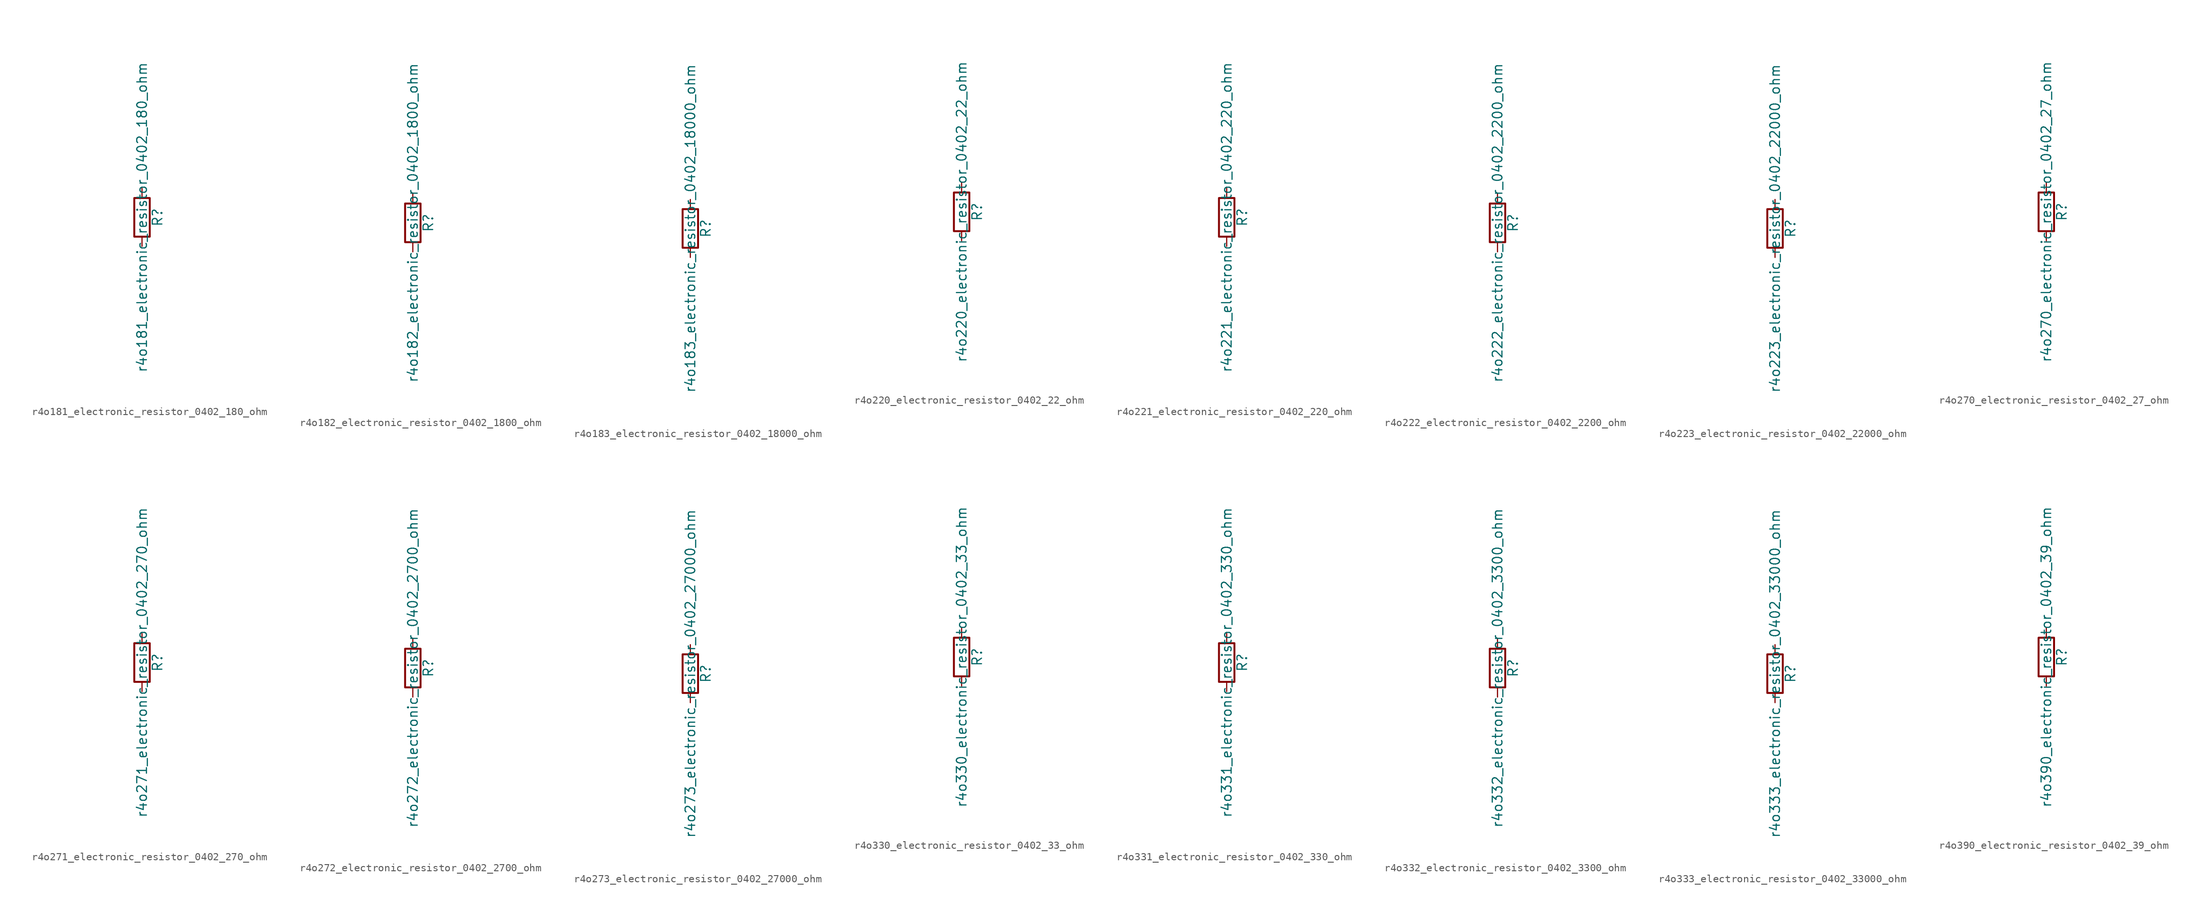
<source format=kicad_sym>
(kicad_symbol_lib
  (version 20220914)
  (generator kicad_symbol_editor)
  (symbol "r4o181_electronic_resistor_0402_180_ohm"
    (pin_numbers hide)
    (pin_names
      (offset 0))
    (property "Reference" "R"
      (at 2.032 0 90)
      (effects (font (size 1.27 1.27))))
    (property "Value" "r4o181_electronic_resistor_0402_180_ohm"
      (at 0 0 90)
      (effects (font (size 1.27 1.27))))
    (symbol "r4o181_electronic_resistor_0402_180_ohm_0_1"
      (rectangle (start -1.016 -2.54) (end 1.016 2.54) (stroke (width 0.254) (type default)) (fill (type none))))
    (symbol "r4o181_electronic_resistor_0402_180_ohm_1_1"
      (pin passive line (at 0 3.81 270) (length 1.27) (name "~" (effects (font (size 1.27 1.27)))) (number "1" (effects (font (size 1.27 1.27)))))
      (pin passive line (at 0 -3.81 90) (length 1.27) (name "~" (effects (font (size 1.27 1.27)))) (number "2" (effects (font (size 1.27 1.27)))))))
  (symbol "r4o182_electronic_resistor_0402_1800_ohm"
    (pin_numbers hide)
    (pin_names
      (offset 0))
    (property "Reference" "R"
      (at 2.032 0 90)
      (effects (font (size 1.27 1.27))))
    (property "Value" "r4o182_electronic_resistor_0402_1800_ohm"
      (at 0 0 90)
      (effects (font (size 1.27 1.27))))
    (symbol "r4o182_electronic_resistor_0402_1800_ohm_0_1"
      (rectangle (start -1.016 -2.54) (end 1.016 2.54) (stroke (width 0.254) (type default)) (fill (type none))))
    (symbol "r4o182_electronic_resistor_0402_1800_ohm_1_1"
      (pin passive line (at 0 3.81 270) (length 1.27) (name "~" (effects (font (size 1.27 1.27)))) (number "1" (effects (font (size 1.27 1.27)))))
      (pin passive line (at 0 -3.81 90) (length 1.27) (name "~" (effects (font (size 1.27 1.27)))) (number "2" (effects (font (size 1.27 1.27)))))))
  (symbol "r4o183_electronic_resistor_0402_18000_ohm"
    (pin_numbers hide)
    (pin_names
      (offset 0))
    (property "Reference" "R"
      (at 2.032 0 90)
      (effects (font (size 1.27 1.27))))
    (property "Value" "r4o183_electronic_resistor_0402_18000_ohm"
      (at 0 0 90)
      (effects (font (size 1.27 1.27))))
    (symbol "r4o183_electronic_resistor_0402_18000_ohm_0_1"
      (rectangle (start -1.016 -2.54) (end 1.016 2.54) (stroke (width 0.254) (type default)) (fill (type none))))
    (symbol "r4o183_electronic_resistor_0402_18000_ohm_1_1"
      (pin passive line (at 0 3.81 270) (length 1.27) (name "~" (effects (font (size 1.27 1.27)))) (number "1" (effects (font (size 1.27 1.27)))))
      (pin passive line (at 0 -3.81 90) (length 1.27) (name "~" (effects (font (size 1.27 1.27)))) (number "2" (effects (font (size 1.27 1.27)))))))
  (symbol "r4o220_electronic_resistor_0402_22_ohm"
    (pin_numbers hide)
    (pin_names
      (offset 0))
    (property "Reference" "R"
      (at 2.032 0 90)
      (effects (font (size 1.27 1.27))))
    (property "Value" "r4o220_electronic_resistor_0402_22_ohm"
      (at 0 0 90)
      (effects (font (size 1.27 1.27))))
    (symbol "r4o220_electronic_resistor_0402_22_ohm_0_1"
      (rectangle (start -1.016 -2.54) (end 1.016 2.54) (stroke (width 0.254) (type default)) (fill (type none))))
    (symbol "r4o220_electronic_resistor_0402_22_ohm_1_1"
      (pin passive line (at 0 3.81 270) (length 1.27) (name "~" (effects (font (size 1.27 1.27)))) (number "1" (effects (font (size 1.27 1.27)))))
      (pin passive line (at 0 -3.81 90) (length 1.27) (name "~" (effects (font (size 1.27 1.27)))) (number "2" (effects (font (size 1.27 1.27)))))))
  (symbol "r4o221_electronic_resistor_0402_220_ohm"
    (pin_numbers hide)
    (pin_names
      (offset 0))
    (property "Reference" "R"
      (at 2.032 0 90)
      (effects (font (size 1.27 1.27))))
    (property "Value" "r4o221_electronic_resistor_0402_220_ohm"
      (at 0 0 90)
      (effects (font (size 1.27 1.27))))
    (symbol "r4o221_electronic_resistor_0402_220_ohm_0_1"
      (rectangle (start -1.016 -2.54) (end 1.016 2.54) (stroke (width 0.254) (type default)) (fill (type none))))
    (symbol "r4o221_electronic_resistor_0402_220_ohm_1_1"
      (pin passive line (at 0 3.81 270) (length 1.27) (name "~" (effects (font (size 1.27 1.27)))) (number "1" (effects (font (size 1.27 1.27)))))
      (pin passive line (at 0 -3.81 90) (length 1.27) (name "~" (effects (font (size 1.27 1.27)))) (number "2" (effects (font (size 1.27 1.27)))))))
  (symbol "r4o222_electronic_resistor_0402_2200_ohm"
    (pin_numbers hide)
    (pin_names
      (offset 0))
    (property "Reference" "R"
      (at 2.032 0 90)
      (effects (font (size 1.27 1.27))))
    (property "Value" "r4o222_electronic_resistor_0402_2200_ohm"
      (at 0 0 90)
      (effects (font (size 1.27 1.27))))
    (symbol "r4o222_electronic_resistor_0402_2200_ohm_0_1"
      (rectangle (start -1.016 -2.54) (end 1.016 2.54) (stroke (width 0.254) (type default)) (fill (type none))))
    (symbol "r4o222_electronic_resistor_0402_2200_ohm_1_1"
      (pin passive line (at 0 3.81 270) (length 1.27) (name "~" (effects (font (size 1.27 1.27)))) (number "1" (effects (font (size 1.27 1.27)))))
      (pin passive line (at 0 -3.81 90) (length 1.27) (name "~" (effects (font (size 1.27 1.27)))) (number "2" (effects (font (size 1.27 1.27)))))))
  (symbol "r4o223_electronic_resistor_0402_22000_ohm"
    (pin_numbers hide)
    (pin_names
      (offset 0))
    (property "Reference" "R"
      (at 2.032 0 90)
      (effects (font (size 1.27 1.27))))
    (property "Value" "r4o223_electronic_resistor_0402_22000_ohm"
      (at 0 0 90)
      (effects (font (size 1.27 1.27))))
    (symbol "r4o223_electronic_resistor_0402_22000_ohm_0_1"
      (rectangle (start -1.016 -2.54) (end 1.016 2.54) (stroke (width 0.254) (type default)) (fill (type none))))
    (symbol "r4o223_electronic_resistor_0402_22000_ohm_1_1"
      (pin passive line (at 0 3.81 270) (length 1.27) (name "~" (effects (font (size 1.27 1.27)))) (number "1" (effects (font (size 1.27 1.27)))))
      (pin passive line (at 0 -3.81 90) (length 1.27) (name "~" (effects (font (size 1.27 1.27)))) (number "2" (effects (font (size 1.27 1.27)))))))
  (symbol "r4o270_electronic_resistor_0402_27_ohm"
    (pin_numbers hide)
    (pin_names
      (offset 0))
    (property "Reference" "R"
      (at 2.032 0 90)
      (effects (font (size 1.27 1.27))))
    (property "Value" "r4o270_electronic_resistor_0402_27_ohm"
      (at 0 0 90)
      (effects (font (size 1.27 1.27))))
    (symbol "r4o270_electronic_resistor_0402_27_ohm_0_1"
      (rectangle (start -1.016 -2.54) (end 1.016 2.54) (stroke (width 0.254) (type default)) (fill (type none))))
    (symbol "r4o270_electronic_resistor_0402_27_ohm_1_1"
      (pin passive line (at 0 3.81 270) (length 1.27) (name "~" (effects (font (size 1.27 1.27)))) (number "1" (effects (font (size 1.27 1.27)))))
      (pin passive line (at 0 -3.81 90) (length 1.27) (name "~" (effects (font (size 1.27 1.27)))) (number "2" (effects (font (size 1.27 1.27)))))))
  (symbol "r4o271_electronic_resistor_0402_270_ohm"
    (pin_numbers hide)
    (pin_names
      (offset 0))
    (property "Reference" "R"
      (at 2.032 0 90)
      (effects (font (size 1.27 1.27))))
    (property "Value" "r4o271_electronic_resistor_0402_270_ohm"
      (at 0 0 90)
      (effects (font (size 1.27 1.27))))
    (symbol "r4o271_electronic_resistor_0402_270_ohm_0_1"
      (rectangle (start -1.016 -2.54) (end 1.016 2.54) (stroke (width 0.254) (type default)) (fill (type none))))
    (symbol "r4o271_electronic_resistor_0402_270_ohm_1_1"
      (pin passive line (at 0 3.81 270) (length 1.27) (name "~" (effects (font (size 1.27 1.27)))) (number "1" (effects (font (size 1.27 1.27)))))
      (pin passive line (at 0 -3.81 90) (length 1.27) (name "~" (effects (font (size 1.27 1.27)))) (number "2" (effects (font (size 1.27 1.27)))))))
  (symbol "r4o272_electronic_resistor_0402_2700_ohm"
    (pin_numbers hide)
    (pin_names
      (offset 0))
    (property "Reference" "R"
      (at 2.032 0 90)
      (effects (font (size 1.27 1.27))))
    (property "Value" "r4o272_electronic_resistor_0402_2700_ohm"
      (at 0 0 90)
      (effects (font (size 1.27 1.27))))
    (symbol "r4o272_electronic_resistor_0402_2700_ohm_0_1"
      (rectangle (start -1.016 -2.54) (end 1.016 2.54) (stroke (width 0.254) (type default)) (fill (type none))))
    (symbol "r4o272_electronic_resistor_0402_2700_ohm_1_1"
      (pin passive line (at 0 3.81 270) (length 1.27) (name "~" (effects (font (size 1.27 1.27)))) (number "1" (effects (font (size 1.27 1.27)))))
      (pin passive line (at 0 -3.81 90) (length 1.27) (name "~" (effects (font (size 1.27 1.27)))) (number "2" (effects (font (size 1.27 1.27)))))))
  (symbol "r4o273_electronic_resistor_0402_27000_ohm"
    (pin_numbers hide)
    (pin_names
      (offset 0))
    (property "Reference" "R"
      (at 2.032 0 90)
      (effects (font (size 1.27 1.27))))
    (property "Value" "r4o273_electronic_resistor_0402_27000_ohm"
      (at 0 0 90)
      (effects (font (size 1.27 1.27))))
    (symbol "r4o273_electronic_resistor_0402_27000_ohm_0_1"
      (rectangle (start -1.016 -2.54) (end 1.016 2.54) (stroke (width 0.254) (type default)) (fill (type none))))
    (symbol "r4o273_electronic_resistor_0402_27000_ohm_1_1"
      (pin passive line (at 0 3.81 270) (length 1.27) (name "~" (effects (font (size 1.27 1.27)))) (number "1" (effects (font (size 1.27 1.27)))))
      (pin passive line (at 0 -3.81 90) (length 1.27) (name "~" (effects (font (size 1.27 1.27)))) (number "2" (effects (font (size 1.27 1.27)))))))
  (symbol "r4o330_electronic_resistor_0402_33_ohm"
    (pin_numbers hide)
    (pin_names
      (offset 0))
    (property "Reference" "R"
      (at 2.032 0 90)
      (effects (font (size 1.27 1.27))))
    (property "Value" "r4o330_electronic_resistor_0402_33_ohm"
      (at 0 0 90)
      (effects (font (size 1.27 1.27))))
    (symbol "r4o330_electronic_resistor_0402_33_ohm_0_1"
      (rectangle (start -1.016 -2.54) (end 1.016 2.54) (stroke (width 0.254) (type default)) (fill (type none))))
    (symbol "r4o330_electronic_resistor_0402_33_ohm_1_1"
      (pin passive line (at 0 3.81 270) (length 1.27) (name "~" (effects (font (size 1.27 1.27)))) (number "1" (effects (font (size 1.27 1.27)))))
      (pin passive line (at 0 -3.81 90) (length 1.27) (name "~" (effects (font (size 1.27 1.27)))) (number "2" (effects (font (size 1.27 1.27)))))))
  (symbol "r4o331_electronic_resistor_0402_330_ohm"
    (pin_numbers hide)
    (pin_names
      (offset 0))
    (property "Reference" "R"
      (at 2.032 0 90)
      (effects (font (size 1.27 1.27))))
    (property "Value" "r4o331_electronic_resistor_0402_330_ohm"
      (at 0 0 90)
      (effects (font (size 1.27 1.27))))
    (symbol "r4o331_electronic_resistor_0402_330_ohm_0_1"
      (rectangle (start -1.016 -2.54) (end 1.016 2.54) (stroke (width 0.254) (type default)) (fill (type none))))
    (symbol "r4o331_electronic_resistor_0402_330_ohm_1_1"
      (pin passive line (at 0 3.81 270) (length 1.27) (name "~" (effects (font (size 1.27 1.27)))) (number "1" (effects (font (size 1.27 1.27)))))
      (pin passive line (at 0 -3.81 90) (length 1.27) (name "~" (effects (font (size 1.27 1.27)))) (number "2" (effects (font (size 1.27 1.27)))))))
  (symbol "r4o332_electronic_resistor_0402_3300_ohm"
    (pin_numbers hide)
    (pin_names
      (offset 0))
    (property "Reference" "R"
      (at 2.032 0 90)
      (effects (font (size 1.27 1.27))))
    (property "Value" "r4o332_electronic_resistor_0402_3300_ohm"
      (at 0 0 90)
      (effects (font (size 1.27 1.27))))
    (symbol "r4o332_electronic_resistor_0402_3300_ohm_0_1"
      (rectangle (start -1.016 -2.54) (end 1.016 2.54) (stroke (width 0.254) (type default)) (fill (type none))))
    (symbol "r4o332_electronic_resistor_0402_3300_ohm_1_1"
      (pin passive line (at 0 3.81 270) (length 1.27) (name "~" (effects (font (size 1.27 1.27)))) (number "1" (effects (font (size 1.27 1.27)))))
      (pin passive line (at 0 -3.81 90) (length 1.27) (name "~" (effects (font (size 1.27 1.27)))) (number "2" (effects (font (size 1.27 1.27)))))))
  (symbol "r4o333_electronic_resistor_0402_33000_ohm"
    (pin_numbers hide)
    (pin_names
      (offset 0))
    (property "Reference" "R"
      (at 2.032 0 90)
      (effects (font (size 1.27 1.27))))
    (property "Value" "r4o333_electronic_resistor_0402_33000_ohm"
      (at 0 0 90)
      (effects (font (size 1.27 1.27))))
    (symbol "r4o333_electronic_resistor_0402_33000_ohm_0_1"
      (rectangle (start -1.016 -2.54) (end 1.016 2.54) (stroke (width 0.254) (type default)) (fill (type none))))
    (symbol "r4o333_electronic_resistor_0402_33000_ohm_1_1"
      (pin passive line (at 0 3.81 270) (length 1.27) (name "~" (effects (font (size 1.27 1.27)))) (number "1" (effects (font (size 1.27 1.27)))))
      (pin passive line (at 0 -3.81 90) (length 1.27) (name "~" (effects (font (size 1.27 1.27)))) (number "2" (effects (font (size 1.27 1.27)))))))
  (symbol "r4o390_electronic_resistor_0402_39_ohm"
    (pin_numbers hide)
    (pin_names
      (offset 0))
    (property "Reference" "R"
      (at 2.032 0 90)
      (effects (font (size 1.27 1.27))))
    (property "Value" "r4o390_electronic_resistor_0402_39_ohm"
      (at 0 0 90)
      (effects (font (size 1.27 1.27))))
    (symbol "r4o390_electronic_resistor_0402_39_ohm_0_1"
      (rectangle (start -1.016 -2.54) (end 1.016 2.54) (stroke (width 0.254) (type default)) (fill (type none))))
    (symbol "r4o390_electronic_resistor_0402_39_ohm_1_1"
      (pin passive line (at 0 3.81 270) (length 1.27) (name "~" (effects (font (size 1.27 1.27)))) (number "1" (effects (font (size 1.27 1.27)))))
      (pin passive line (at 0 -3.81 90) (length 1.27) (name "~" (effects (font (size 1.27 1.27)))) (number "2" (effects (font (size 1.27 1.27))))))))
</source>
